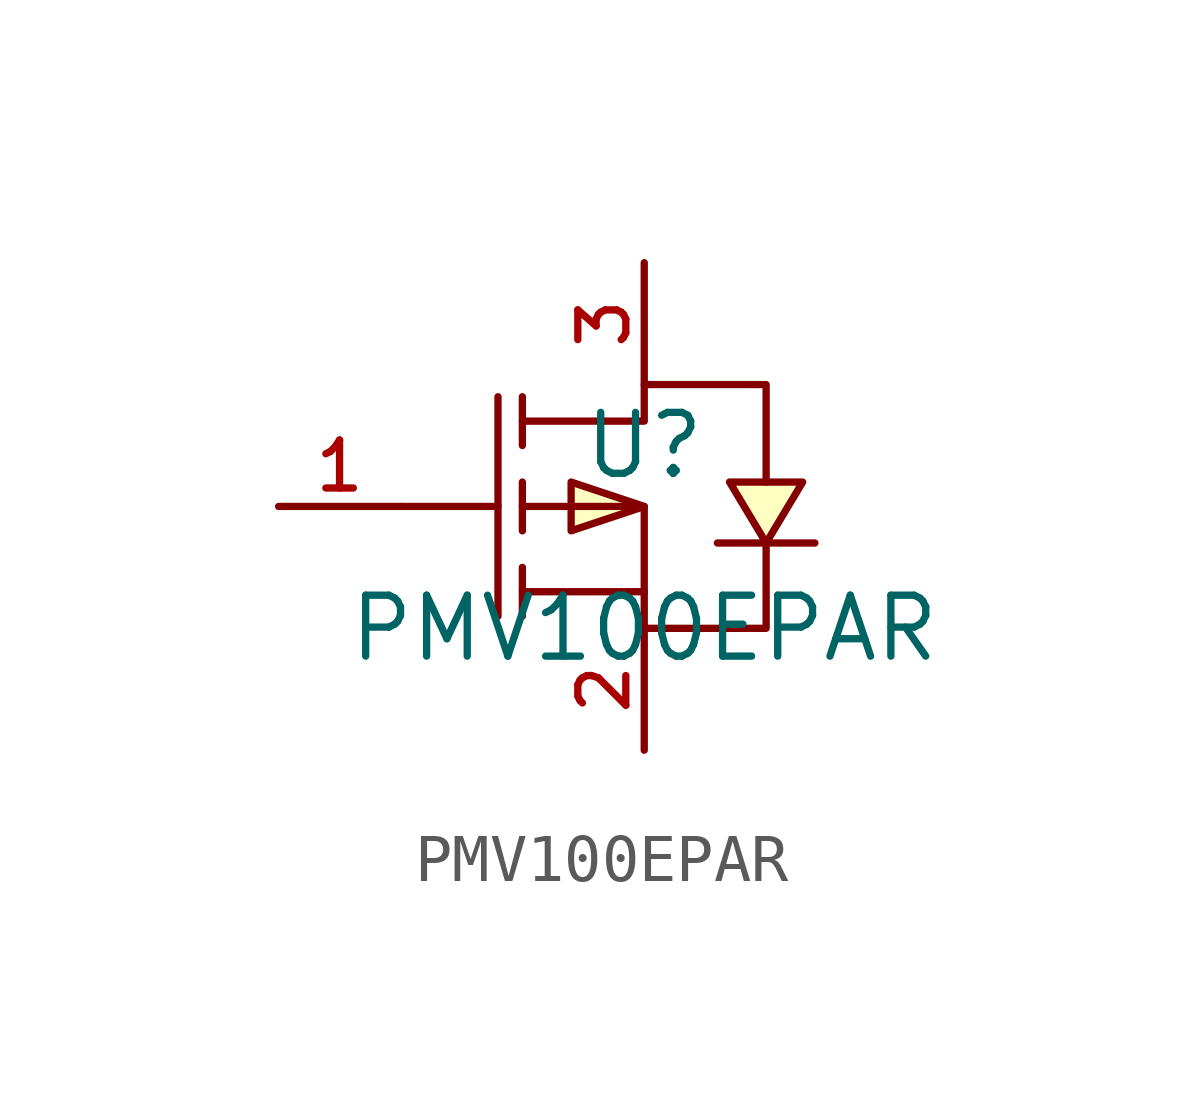
<source format=kicad_sym>
(kicad_symbol_lib
  (version 20210201)
  (generator TousstNicolas/JLC2KiCad_lib)
  (symbol "PMV100EPAR"
    (pin_names hide)
    (property "Reference" "U"
      (at 0 1.27 0)
      (effects (font (size 1.27 1.27))))
    (property "Value" "PMV100EPAR"
      (at 0 -2.54 0)
      (effects (font (size 1.27 1.27))))
    (symbol "PMV100EPAR_0_1"
      (polyline (pts (xy 0.0 -0.0) (xy -1.524 0.508) (xy -1.524 -0.508) (xy 0.0 -0.0)) (stroke (width 0) (type default) (color 0 0 0 0)) (fill (type background)))
      (polyline (pts (xy 2.54 -0.762) (xy 1.778 0.508) (xy 3.302 0.508) (xy 2.54 -0.762)) (stroke (width 0) (type default) (color 0 0 0 0)) (fill (type background)))
      (polyline (pts (xy -2.54 1.778) (xy 0.0 1.778) (xy 0.0 2.54) (xy 2.54 2.54) (xy 2.54 2.54) (xy 2.54 2.54) (xy 2.54 0.508)) (stroke (width 0) (type default) (color 0 0 0 0)) (fill (type none)))
      (polyline (pts (xy -2.54 -0.0) (xy 0.0 -0.0) (xy 0.0 -2.54) (xy 2.54 -2.54) (xy 2.54 -2.54) (xy 2.54 -0.762)) (stroke (width 0) (type default) (color 0 0 0 0)) (fill (type none)))
      (polyline (pts (xy 0.0 -1.778) (xy -2.54 -1.778)) (stroke (width 0) (type default) (color 0 0 0 0)) (fill (type none)))
      (polyline (pts (xy -3.048 2.286) (xy -3.048 -2.286)) (stroke (width 0) (type default) (color 0 0 0 0)) (fill (type none)))
      (polyline (pts (xy -2.54 2.286) (xy -2.54 1.27)) (stroke (width 0) (type default) (color 0 0 0 0)) (fill (type none)))
      (polyline (pts (xy -2.54 -0.508) (xy -2.54 0.508)) (stroke (width 0) (type default) (color 0 0 0 0)) (fill (type none)))
      (polyline (pts (xy -2.54 -2.286) (xy -2.54 -1.27)) (stroke (width 0) (type default) (color 0 0 0 0)) (fill (type none)))
      (polyline (pts (xy -5.08 -0.0) (xy -3.048 -0.0)) (stroke (width 0) (type default) (color 0 0 0 0)) (fill (type none)))
      (polyline (pts (xy 3.556 -0.762) (xy 3.048 -0.762) (xy 2.032 -0.762) (xy 1.524 -0.762)) (stroke (width 0) (type default) (color 0 0 0 0)) (fill (type none)))
      (pin unspecified line (at 0.0 5.08 270) (length 2.54) (name "D" (effects (font (size 1 1)))) (number "3" (effects (font (size 1 1)))))
      (pin unspecified line (at -7.62 -0.0 0) (length 2.54) (name "G" (effects (font (size 1 1)))) (number "1" (effects (font (size 1 1)))))
      (pin unspecified line (at 0.0 -5.08 90) (length 2.54) (name "S" (effects (font (size 1 1)))) (number "2" (effects (font (size 1 1))))))))
</source>
